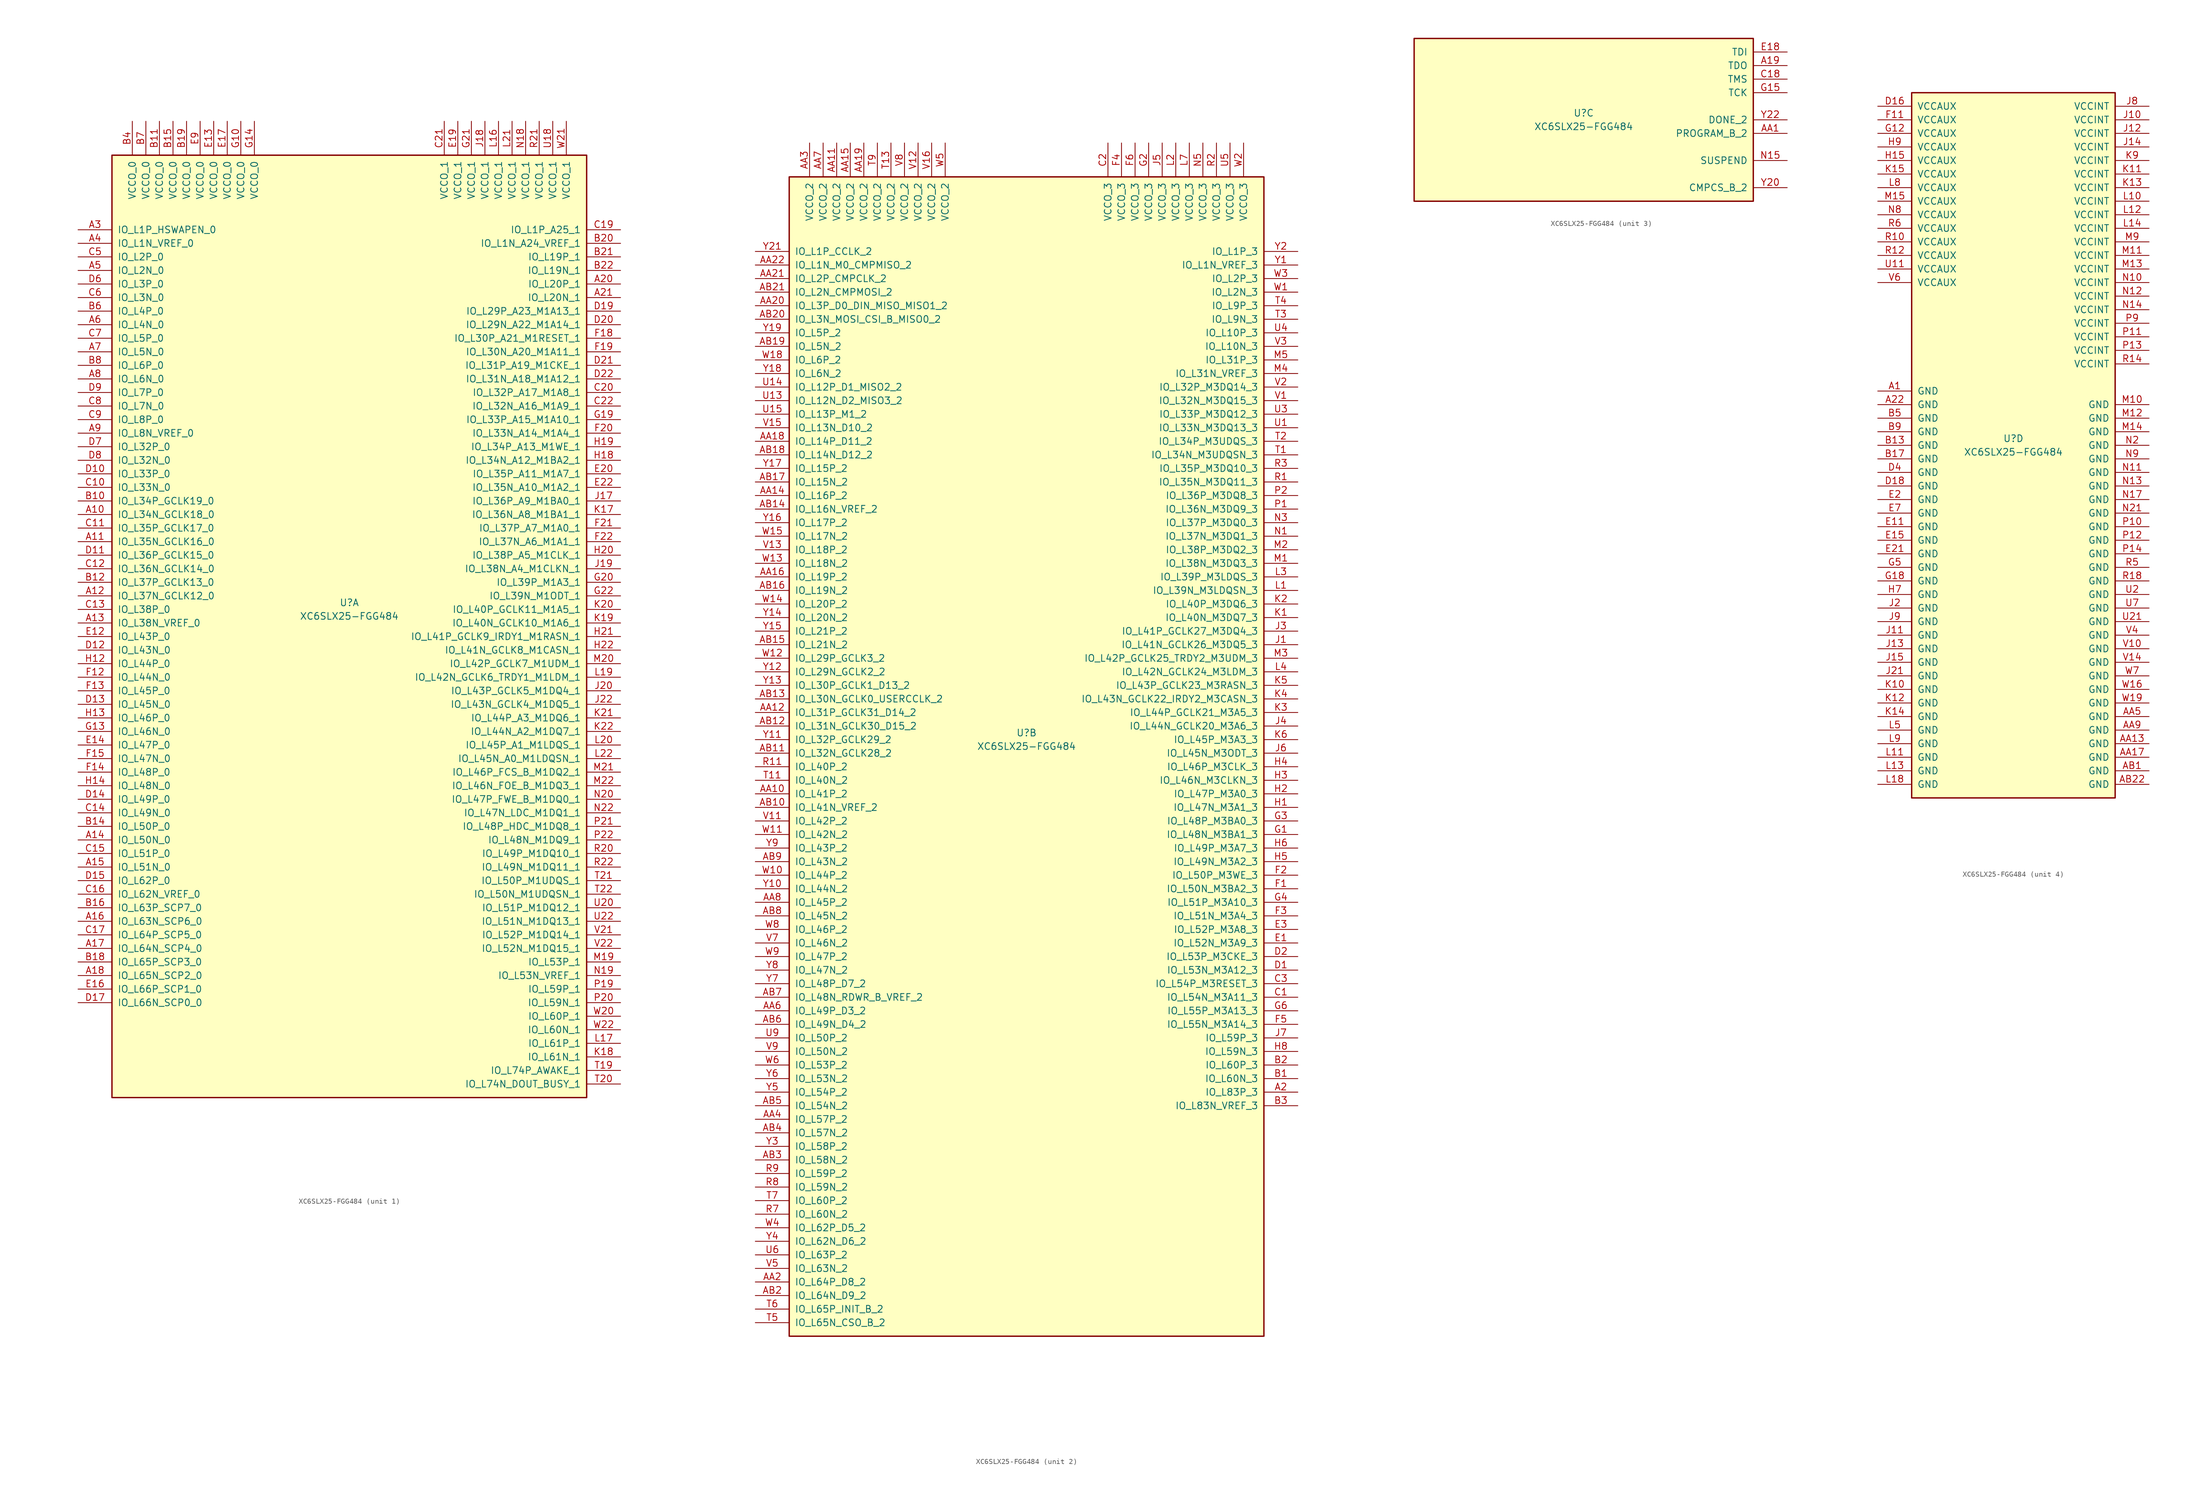
<source format=kicad_sym>
(kicad_symbol_lib
  (version 20201005)
  (generator kicad_symbol_editor)
  (symbol "XC6SLX25-FGG484"
    (pin_names
      (offset 1.016))
    (property "Reference" "U"
      (at 0 1.27 0)
      (effects (font (size 1.27 1.27))))
    (property "Value" "XC6SLX25-FGG484"
      (at 0 -1.27 0)
      (effects (font (size 1.27 1.27))))
    (property "Datasheet" ""
      (at 0 0 0)
      (effects (font (size 1.27 1.27))))
    (property "ki_locked" ""
      (at 0 0 0)
      (effects (font (size 1.27 1.27))))
    (symbol "XC6SLX25-FGG484_1_1"
      (rectangle (start -44.45 85.09) (end 44.45 -91.44) (stroke (width 0.254)) (fill (type background)))
      (pin bidirectional line (at -50.8 17.78 0) (length 6.35) (name "IO_L34N_GCLK18_0" (effects (font (size 1.27 1.27)))) (number "A10" (effects (font (size 1.27 1.27)))))
      (pin bidirectional line (at -50.8 12.7 0) (length 6.35) (name "IO_L35N_GCLK16_0" (effects (font (size 1.27 1.27)))) (number "A11" (effects (font (size 1.27 1.27)))))
      (pin bidirectional line (at -50.8 2.54 0) (length 6.35) (name "IO_L37N_GCLK12_0" (effects (font (size 1.27 1.27)))) (number "A12" (effects (font (size 1.27 1.27)))))
      (pin bidirectional line (at -50.8 -2.54 0) (length 6.35) (name "IO_L38N_VREF_0" (effects (font (size 1.27 1.27)))) (number "A13" (effects (font (size 1.27 1.27)))))
      (pin bidirectional line (at -50.8 -43.18 0) (length 6.35) (name "IO_L50N_0" (effects (font (size 1.27 1.27)))) (number "A14" (effects (font (size 1.27 1.27)))))
      (pin bidirectional line (at -50.8 -48.26 0) (length 6.35) (name "IO_L51N_0" (effects (font (size 1.27 1.27)))) (number "A15" (effects (font (size 1.27 1.27)))))
      (pin bidirectional line (at -50.8 -58.42 0) (length 6.35) (name "IO_L63N_SCP6_0" (effects (font (size 1.27 1.27)))) (number "A16" (effects (font (size 1.27 1.27)))))
      (pin bidirectional line (at -50.8 -63.5 0) (length 6.35) (name "IO_L64N_SCP4_0" (effects (font (size 1.27 1.27)))) (number "A17" (effects (font (size 1.27 1.27)))))
      (pin bidirectional line (at -50.8 -68.58 0) (length 6.35) (name "IO_L65N_SCP2_0" (effects (font (size 1.27 1.27)))) (number "A18" (effects (font (size 1.27 1.27)))))
      (pin bidirectional line (at 50.8 60.96 180) (length 6.35) (name "IO_L20P_1" (effects (font (size 1.27 1.27)))) (number "A20" (effects (font (size 1.27 1.27)))))
      (pin bidirectional line (at 50.8 58.42 180) (length 6.35) (name "IO_L20N_1" (effects (font (size 1.27 1.27)))) (number "A21" (effects (font (size 1.27 1.27)))))
      (pin bidirectional line (at -50.8 71.12 0) (length 6.35) (name "IO_L1P_HSWAPEN_0" (effects (font (size 1.27 1.27)))) (number "A3" (effects (font (size 1.27 1.27)))))
      (pin bidirectional line (at -50.8 68.58 0) (length 6.35) (name "IO_L1N_VREF_0" (effects (font (size 1.27 1.27)))) (number "A4" (effects (font (size 1.27 1.27)))))
      (pin bidirectional line (at -50.8 63.5 0) (length 6.35) (name "IO_L2N_0" (effects (font (size 1.27 1.27)))) (number "A5" (effects (font (size 1.27 1.27)))))
      (pin bidirectional line (at -50.8 53.34 0) (length 6.35) (name "IO_L4N_0" (effects (font (size 1.27 1.27)))) (number "A6" (effects (font (size 1.27 1.27)))))
      (pin bidirectional line (at -50.8 48.26 0) (length 6.35) (name "IO_L5N_0" (effects (font (size 1.27 1.27)))) (number "A7" (effects (font (size 1.27 1.27)))))
      (pin bidirectional line (at -50.8 43.18 0) (length 6.35) (name "IO_L6N_0" (effects (font (size 1.27 1.27)))) (number "A8" (effects (font (size 1.27 1.27)))))
      (pin bidirectional line (at -50.8 33.02 0) (length 6.35) (name "IO_L8N_VREF_0" (effects (font (size 1.27 1.27)))) (number "A9" (effects (font (size 1.27 1.27)))))
      (pin bidirectional line (at -50.8 20.32 0) (length 6.35) (name "IO_L34P_GCLK19_0" (effects (font (size 1.27 1.27)))) (number "B10" (effects (font (size 1.27 1.27)))))
      (pin power_in line (at -35.56 91.44 270) (length 6.35) (name "VCCO_0" (effects (font (size 1.27 1.27)))) (number "B11" (effects (font (size 1.27 1.27)))))
      (pin bidirectional line (at -50.8 5.08 0) (length 6.35) (name "IO_L37P_GCLK13_0" (effects (font (size 1.27 1.27)))) (number "B12" (effects (font (size 1.27 1.27)))))
      (pin bidirectional line (at -50.8 -40.64 0) (length 6.35) (name "IO_L50P_0" (effects (font (size 1.27 1.27)))) (number "B14" (effects (font (size 1.27 1.27)))))
      (pin power_in line (at -33.02 91.44 270) (length 6.35) (name "VCCO_0" (effects (font (size 1.27 1.27)))) (number "B15" (effects (font (size 1.27 1.27)))))
      (pin bidirectional line (at -50.8 -55.88 0) (length 6.35) (name "IO_L63P_SCP7_0" (effects (font (size 1.27 1.27)))) (number "B16" (effects (font (size 1.27 1.27)))))
      (pin bidirectional line (at -50.8 -66.04 0) (length 6.35) (name "IO_L65P_SCP3_0" (effects (font (size 1.27 1.27)))) (number "B18" (effects (font (size 1.27 1.27)))))
      (pin power_in line (at -30.48 91.44 270) (length 6.35) (name "VCCO_0" (effects (font (size 1.27 1.27)))) (number "B19" (effects (font (size 1.27 1.27)))))
      (pin bidirectional line (at 50.8 68.58 180) (length 6.35) (name "IO_L1N_A24_VREF_1" (effects (font (size 1.27 1.27)))) (number "B20" (effects (font (size 1.27 1.27)))))
      (pin bidirectional line (at 50.8 66.04 180) (length 6.35) (name "IO_L19P_1" (effects (font (size 1.27 1.27)))) (number "B21" (effects (font (size 1.27 1.27)))))
      (pin bidirectional line (at 50.8 63.5 180) (length 6.35) (name "IO_L19N_1" (effects (font (size 1.27 1.27)))) (number "B22" (effects (font (size 1.27 1.27)))))
      (pin power_in line (at -40.64 91.44 270) (length 6.35) (name "VCCO_0" (effects (font (size 1.27 1.27)))) (number "B4" (effects (font (size 1.27 1.27)))))
      (pin bidirectional line (at -50.8 55.88 0) (length 6.35) (name "IO_L4P_0" (effects (font (size 1.27 1.27)))) (number "B6" (effects (font (size 1.27 1.27)))))
      (pin power_in line (at -38.1 91.44 270) (length 6.35) (name "VCCO_0" (effects (font (size 1.27 1.27)))) (number "B7" (effects (font (size 1.27 1.27)))))
      (pin bidirectional line (at -50.8 45.72 0) (length 6.35) (name "IO_L6P_0" (effects (font (size 1.27 1.27)))) (number "B8" (effects (font (size 1.27 1.27)))))
      (pin bidirectional line (at -50.8 22.86 0) (length 6.35) (name "IO_L33N_0" (effects (font (size 1.27 1.27)))) (number "C10" (effects (font (size 1.27 1.27)))))
      (pin bidirectional line (at -50.8 15.24 0) (length 6.35) (name "IO_L35P_GCLK17_0" (effects (font (size 1.27 1.27)))) (number "C11" (effects (font (size 1.27 1.27)))))
      (pin bidirectional line (at -50.8 7.62 0) (length 6.35) (name "IO_L36N_GCLK14_0" (effects (font (size 1.27 1.27)))) (number "C12" (effects (font (size 1.27 1.27)))))
      (pin bidirectional line (at -50.8 0 0) (length 6.35) (name "IO_L38P_0" (effects (font (size 1.27 1.27)))) (number "C13" (effects (font (size 1.27 1.27)))))
      (pin bidirectional line (at -50.8 -38.1 0) (length 6.35) (name "IO_L49N_0" (effects (font (size 1.27 1.27)))) (number "C14" (effects (font (size 1.27 1.27)))))
      (pin bidirectional line (at -50.8 -45.72 0) (length 6.35) (name "IO_L51P_0" (effects (font (size 1.27 1.27)))) (number "C15" (effects (font (size 1.27 1.27)))))
      (pin bidirectional line (at -50.8 -53.34 0) (length 6.35) (name "IO_L62N_VREF_0" (effects (font (size 1.27 1.27)))) (number "C16" (effects (font (size 1.27 1.27)))))
      (pin bidirectional line (at -50.8 -60.96 0) (length 6.35) (name "IO_L64P_SCP5_0" (effects (font (size 1.27 1.27)))) (number "C17" (effects (font (size 1.27 1.27)))))
      (pin bidirectional line (at 50.8 71.12 180) (length 6.35) (name "IO_L1P_A25_1" (effects (font (size 1.27 1.27)))) (number "C19" (effects (font (size 1.27 1.27)))))
      (pin bidirectional line (at 50.8 40.64 180) (length 6.35) (name "IO_L32P_A17_M1A8_1" (effects (font (size 1.27 1.27)))) (number "C20" (effects (font (size 1.27 1.27)))))
      (pin power_in line (at 17.78 91.44 270) (length 6.35) (name "VCCO_1" (effects (font (size 1.27 1.27)))) (number "C21" (effects (font (size 1.27 1.27)))))
      (pin bidirectional line (at 50.8 38.1 180) (length 6.35) (name "IO_L32N_A16_M1A9_1" (effects (font (size 1.27 1.27)))) (number "C22" (effects (font (size 1.27 1.27)))))
      (pin bidirectional line (at -50.8 66.04 0) (length 6.35) (name "IO_L2P_0" (effects (font (size 1.27 1.27)))) (number "C5" (effects (font (size 1.27 1.27)))))
      (pin bidirectional line (at -50.8 58.42 0) (length 6.35) (name "IO_L3N_0" (effects (font (size 1.27 1.27)))) (number "C6" (effects (font (size 1.27 1.27)))))
      (pin bidirectional line (at -50.8 50.8 0) (length 6.35) (name "IO_L5P_0" (effects (font (size 1.27 1.27)))) (number "C7" (effects (font (size 1.27 1.27)))))
      (pin bidirectional line (at -50.8 38.1 0) (length 6.35) (name "IO_L7N_0" (effects (font (size 1.27 1.27)))) (number "C8" (effects (font (size 1.27 1.27)))))
      (pin bidirectional line (at -50.8 35.56 0) (length 6.35) (name "IO_L8P_0" (effects (font (size 1.27 1.27)))) (number "C9" (effects (font (size 1.27 1.27)))))
      (pin bidirectional line (at -50.8 25.4 0) (length 6.35) (name "IO_L33P_0" (effects (font (size 1.27 1.27)))) (number "D10" (effects (font (size 1.27 1.27)))))
      (pin bidirectional line (at -50.8 10.16 0) (length 6.35) (name "IO_L36P_GCLK15_0" (effects (font (size 1.27 1.27)))) (number "D11" (effects (font (size 1.27 1.27)))))
      (pin bidirectional line (at -50.8 -7.62 0) (length 6.35) (name "IO_L43N_0" (effects (font (size 1.27 1.27)))) (number "D12" (effects (font (size 1.27 1.27)))))
      (pin bidirectional line (at -50.8 -17.78 0) (length 6.35) (name "IO_L45N_0" (effects (font (size 1.27 1.27)))) (number "D13" (effects (font (size 1.27 1.27)))))
      (pin bidirectional line (at -50.8 -35.56 0) (length 6.35) (name "IO_L49P_0" (effects (font (size 1.27 1.27)))) (number "D14" (effects (font (size 1.27 1.27)))))
      (pin bidirectional line (at -50.8 -50.8 0) (length 6.35) (name "IO_L62P_0" (effects (font (size 1.27 1.27)))) (number "D15" (effects (font (size 1.27 1.27)))))
      (pin bidirectional line (at -50.8 -73.66 0) (length 6.35) (name "IO_L66N_SCP0_0" (effects (font (size 1.27 1.27)))) (number "D17" (effects (font (size 1.27 1.27)))))
      (pin bidirectional line (at 50.8 55.88 180) (length 6.35) (name "IO_L29P_A23_M1A13_1" (effects (font (size 1.27 1.27)))) (number "D19" (effects (font (size 1.27 1.27)))))
      (pin bidirectional line (at 50.8 53.34 180) (length 6.35) (name "IO_L29N_A22_M1A14_1" (effects (font (size 1.27 1.27)))) (number "D20" (effects (font (size 1.27 1.27)))))
      (pin bidirectional line (at 50.8 45.72 180) (length 6.35) (name "IO_L31P_A19_M1CKE_1" (effects (font (size 1.27 1.27)))) (number "D21" (effects (font (size 1.27 1.27)))))
      (pin bidirectional line (at 50.8 43.18 180) (length 6.35) (name "IO_L31N_A18_M1A12_1" (effects (font (size 1.27 1.27)))) (number "D22" (effects (font (size 1.27 1.27)))))
      (pin bidirectional line (at -50.8 60.96 0) (length 6.35) (name "IO_L3P_0" (effects (font (size 1.27 1.27)))) (number "D6" (effects (font (size 1.27 1.27)))))
      (pin bidirectional line (at -50.8 30.48 0) (length 6.35) (name "IO_L32P_0" (effects (font (size 1.27 1.27)))) (number "D7" (effects (font (size 1.27 1.27)))))
      (pin bidirectional line (at -50.8 27.94 0) (length 6.35) (name "IO_L32N_0" (effects (font (size 1.27 1.27)))) (number "D8" (effects (font (size 1.27 1.27)))))
      (pin bidirectional line (at -50.8 40.64 0) (length 6.35) (name "IO_L7P_0" (effects (font (size 1.27 1.27)))) (number "D9" (effects (font (size 1.27 1.27)))))
      (pin bidirectional line (at -50.8 -5.08 0) (length 6.35) (name "IO_L43P_0" (effects (font (size 1.27 1.27)))) (number "E12" (effects (font (size 1.27 1.27)))))
      (pin power_in line (at -25.4 91.44 270) (length 6.35) (name "VCCO_0" (effects (font (size 1.27 1.27)))) (number "E13" (effects (font (size 1.27 1.27)))))
      (pin bidirectional line (at -50.8 -25.4 0) (length 6.35) (name "IO_L47P_0" (effects (font (size 1.27 1.27)))) (number "E14" (effects (font (size 1.27 1.27)))))
      (pin bidirectional line (at -50.8 -71.12 0) (length 6.35) (name "IO_L66P_SCP1_0" (effects (font (size 1.27 1.27)))) (number "E16" (effects (font (size 1.27 1.27)))))
      (pin power_in line (at -22.86 91.44 270) (length 6.35) (name "VCCO_0" (effects (font (size 1.27 1.27)))) (number "E17" (effects (font (size 1.27 1.27)))))
      (pin power_in line (at 20.32 91.44 270) (length 6.35) (name "VCCO_1" (effects (font (size 1.27 1.27)))) (number "E19" (effects (font (size 1.27 1.27)))))
      (pin bidirectional line (at 50.8 25.4 180) (length 6.35) (name "IO_L35P_A11_M1A7_1" (effects (font (size 1.27 1.27)))) (number "E20" (effects (font (size 1.27 1.27)))))
      (pin bidirectional line (at 50.8 22.86 180) (length 6.35) (name "IO_L35N_A10_M1A2_1" (effects (font (size 1.27 1.27)))) (number "E22" (effects (font (size 1.27 1.27)))))
      (pin power_in line (at -27.94 91.44 270) (length 6.35) (name "VCCO_0" (effects (font (size 1.27 1.27)))) (number "E9" (effects (font (size 1.27 1.27)))))
      (pin bidirectional line (at -50.8 -12.7 0) (length 6.35) (name "IO_L44N_0" (effects (font (size 1.27 1.27)))) (number "F12" (effects (font (size 1.27 1.27)))))
      (pin bidirectional line (at -50.8 -15.24 0) (length 6.35) (name "IO_L45P_0" (effects (font (size 1.27 1.27)))) (number "F13" (effects (font (size 1.27 1.27)))))
      (pin bidirectional line (at -50.8 -30.48 0) (length 6.35) (name "IO_L48P_0" (effects (font (size 1.27 1.27)))) (number "F14" (effects (font (size 1.27 1.27)))))
      (pin bidirectional line (at -50.8 -27.94 0) (length 6.35) (name "IO_L47N_0" (effects (font (size 1.27 1.27)))) (number "F15" (effects (font (size 1.27 1.27)))))
      (pin bidirectional line (at 50.8 50.8 180) (length 6.35) (name "IO_L30P_A21_M1RESET_1" (effects (font (size 1.27 1.27)))) (number "F18" (effects (font (size 1.27 1.27)))))
      (pin bidirectional line (at 50.8 48.26 180) (length 6.35) (name "IO_L30N_A20_M1A11_1" (effects (font (size 1.27 1.27)))) (number "F19" (effects (font (size 1.27 1.27)))))
      (pin bidirectional line (at 50.8 33.02 180) (length 6.35) (name "IO_L33N_A14_M1A4_1" (effects (font (size 1.27 1.27)))) (number "F20" (effects (font (size 1.27 1.27)))))
      (pin bidirectional line (at 50.8 15.24 180) (length 6.35) (name "IO_L37P_A7_M1A0_1" (effects (font (size 1.27 1.27)))) (number "F21" (effects (font (size 1.27 1.27)))))
      (pin bidirectional line (at 50.8 12.7 180) (length 6.35) (name "IO_L37N_A6_M1A1_1" (effects (font (size 1.27 1.27)))) (number "F22" (effects (font (size 1.27 1.27)))))
      (pin power_in line (at -20.32 91.44 270) (length 6.35) (name "VCCO_0" (effects (font (size 1.27 1.27)))) (number "G10" (effects (font (size 1.27 1.27)))))
      (pin bidirectional line (at -50.8 -22.86 0) (length 6.35) (name "IO_L46N_0" (effects (font (size 1.27 1.27)))) (number "G13" (effects (font (size 1.27 1.27)))))
      (pin power_in line (at -17.78 91.44 270) (length 6.35) (name "VCCO_0" (effects (font (size 1.27 1.27)))) (number "G14" (effects (font (size 1.27 1.27)))))
      (pin bidirectional line (at 50.8 35.56 180) (length 6.35) (name "IO_L33P_A15_M1A10_1" (effects (font (size 1.27 1.27)))) (number "G19" (effects (font (size 1.27 1.27)))))
      (pin bidirectional line (at 50.8 5.08 180) (length 6.35) (name "IO_L39P_M1A3_1" (effects (font (size 1.27 1.27)))) (number "G20" (effects (font (size 1.27 1.27)))))
      (pin power_in line (at 22.86 91.44 270) (length 6.35) (name "VCCO_1" (effects (font (size 1.27 1.27)))) (number "G21" (effects (font (size 1.27 1.27)))))
      (pin bidirectional line (at 50.8 2.54 180) (length 6.35) (name "IO_L39N_M1ODT_1" (effects (font (size 1.27 1.27)))) (number "G22" (effects (font (size 1.27 1.27)))))
      (pin bidirectional line (at -50.8 -10.16 0) (length 6.35) (name "IO_L44P_0" (effects (font (size 1.27 1.27)))) (number "H12" (effects (font (size 1.27 1.27)))))
      (pin bidirectional line (at -50.8 -20.32 0) (length 6.35) (name "IO_L46P_0" (effects (font (size 1.27 1.27)))) (number "H13" (effects (font (size 1.27 1.27)))))
      (pin bidirectional line (at -50.8 -33.02 0) (length 6.35) (name "IO_L48N_0" (effects (font (size 1.27 1.27)))) (number "H14" (effects (font (size 1.27 1.27)))))
      (pin bidirectional line (at 50.8 27.94 180) (length 6.35) (name "IO_L34N_A12_M1BA2_1" (effects (font (size 1.27 1.27)))) (number "H18" (effects (font (size 1.27 1.27)))))
      (pin bidirectional line (at 50.8 30.48 180) (length 6.35) (name "IO_L34P_A13_M1WE_1" (effects (font (size 1.27 1.27)))) (number "H19" (effects (font (size 1.27 1.27)))))
      (pin bidirectional line (at 50.8 10.16 180) (length 6.35) (name "IO_L38P_A5_M1CLK_1" (effects (font (size 1.27 1.27)))) (number "H20" (effects (font (size 1.27 1.27)))))
      (pin bidirectional line (at 50.8 -5.08 180) (length 6.35) (name "IO_L41P_GCLK9_IRDY1_M1RASN_1" (effects (font (size 1.27 1.27)))) (number "H21" (effects (font (size 1.27 1.27)))))
      (pin bidirectional line (at 50.8 -7.62 180) (length 6.35) (name "IO_L41N_GCLK8_M1CASN_1" (effects (font (size 1.27 1.27)))) (number "H22" (effects (font (size 1.27 1.27)))))
      (pin bidirectional line (at 50.8 20.32 180) (length 6.35) (name "IO_L36P_A9_M1BA0_1" (effects (font (size 1.27 1.27)))) (number "J17" (effects (font (size 1.27 1.27)))))
      (pin power_in line (at 25.4 91.44 270) (length 6.35) (name "VCCO_1" (effects (font (size 1.27 1.27)))) (number "J18" (effects (font (size 1.27 1.27)))))
      (pin bidirectional line (at 50.8 7.62 180) (length 6.35) (name "IO_L38N_A4_M1CLKN_1" (effects (font (size 1.27 1.27)))) (number "J19" (effects (font (size 1.27 1.27)))))
      (pin bidirectional line (at 50.8 -15.24 180) (length 6.35) (name "IO_L43P_GCLK5_M1DQ4_1" (effects (font (size 1.27 1.27)))) (number "J20" (effects (font (size 1.27 1.27)))))
      (pin bidirectional line (at 50.8 -17.78 180) (length 6.35) (name "IO_L43N_GCLK4_M1DQ5_1" (effects (font (size 1.27 1.27)))) (number "J22" (effects (font (size 1.27 1.27)))))
      (pin bidirectional line (at 50.8 17.78 180) (length 6.35) (name "IO_L36N_A8_M1BA1_1" (effects (font (size 1.27 1.27)))) (number "K17" (effects (font (size 1.27 1.27)))))
      (pin bidirectional line (at 50.8 -83.82 180) (length 6.35) (name "IO_L61N_1" (effects (font (size 1.27 1.27)))) (number "K18" (effects (font (size 1.27 1.27)))))
      (pin bidirectional line (at 50.8 -2.54 180) (length 6.35) (name "IO_L40N_GCLK10_M1A6_1" (effects (font (size 1.27 1.27)))) (number "K19" (effects (font (size 1.27 1.27)))))
      (pin bidirectional line (at 50.8 0 180) (length 6.35) (name "IO_L40P_GCLK11_M1A5_1" (effects (font (size 1.27 1.27)))) (number "K20" (effects (font (size 1.27 1.27)))))
      (pin bidirectional line (at 50.8 -20.32 180) (length 6.35) (name "IO_L44P_A3_M1DQ6_1" (effects (font (size 1.27 1.27)))) (number "K21" (effects (font (size 1.27 1.27)))))
      (pin bidirectional line (at 50.8 -22.86 180) (length 6.35) (name "IO_L44N_A2_M1DQ7_1" (effects (font (size 1.27 1.27)))) (number "K22" (effects (font (size 1.27 1.27)))))
      (pin power_in line (at 27.94 91.44 270) (length 6.35) (name "VCCO_1" (effects (font (size 1.27 1.27)))) (number "L16" (effects (font (size 1.27 1.27)))))
      (pin bidirectional line (at 50.8 -81.28 180) (length 6.35) (name "IO_L61P_1" (effects (font (size 1.27 1.27)))) (number "L17" (effects (font (size 1.27 1.27)))))
      (pin bidirectional line (at 50.8 -12.7 180) (length 6.35) (name "IO_L42N_GCLK6_TRDY1_M1LDM_1" (effects (font (size 1.27 1.27)))) (number "L19" (effects (font (size 1.27 1.27)))))
      (pin bidirectional line (at 50.8 -25.4 180) (length 6.35) (name "IO_L45P_A1_M1LDQS_1" (effects (font (size 1.27 1.27)))) (number "L20" (effects (font (size 1.27 1.27)))))
      (pin power_in line (at 30.48 91.44 270) (length 6.35) (name "VCCO_1" (effects (font (size 1.27 1.27)))) (number "L21" (effects (font (size 1.27 1.27)))))
      (pin bidirectional line (at 50.8 -27.94 180) (length 6.35) (name "IO_L45N_A0_M1LDQSN_1" (effects (font (size 1.27 1.27)))) (number "L22" (effects (font (size 1.27 1.27)))))
      (pin bidirectional line (at 50.8 -66.04 180) (length 6.35) (name "IO_L53P_1" (effects (font (size 1.27 1.27)))) (number "M19" (effects (font (size 1.27 1.27)))))
      (pin bidirectional line (at 50.8 -10.16 180) (length 6.35) (name "IO_L42P_GCLK7_M1UDM_1" (effects (font (size 1.27 1.27)))) (number "M20" (effects (font (size 1.27 1.27)))))
      (pin bidirectional line (at 50.8 -30.48 180) (length 6.35) (name "IO_L46P_FCS_B_M1DQ2_1" (effects (font (size 1.27 1.27)))) (number "M21" (effects (font (size 1.27 1.27)))))
      (pin bidirectional line (at 50.8 -33.02 180) (length 6.35) (name "IO_L46N_FOE_B_M1DQ3_1" (effects (font (size 1.27 1.27)))) (number "M22" (effects (font (size 1.27 1.27)))))
      (pin power_in line (at 33.02 91.44 270) (length 6.35) (name "VCCO_1" (effects (font (size 1.27 1.27)))) (number "N18" (effects (font (size 1.27 1.27)))))
      (pin bidirectional line (at 50.8 -68.58 180) (length 6.35) (name "IO_L53N_VREF_1" (effects (font (size 1.27 1.27)))) (number "N19" (effects (font (size 1.27 1.27)))))
      (pin bidirectional line (at 50.8 -35.56 180) (length 6.35) (name "IO_L47P_FWE_B_M1DQ0_1" (effects (font (size 1.27 1.27)))) (number "N20" (effects (font (size 1.27 1.27)))))
      (pin bidirectional line (at 50.8 -38.1 180) (length 6.35) (name "IO_L47N_LDC_M1DQ1_1" (effects (font (size 1.27 1.27)))) (number "N22" (effects (font (size 1.27 1.27)))))
      (pin bidirectional line (at 50.8 -71.12 180) (length 6.35) (name "IO_L59P_1" (effects (font (size 1.27 1.27)))) (number "P19" (effects (font (size 1.27 1.27)))))
      (pin bidirectional line (at 50.8 -73.66 180) (length 6.35) (name "IO_L59N_1" (effects (font (size 1.27 1.27)))) (number "P20" (effects (font (size 1.27 1.27)))))
      (pin bidirectional line (at 50.8 -40.64 180) (length 6.35) (name "IO_L48P_HDC_M1DQ8_1" (effects (font (size 1.27 1.27)))) (number "P21" (effects (font (size 1.27 1.27)))))
      (pin bidirectional line (at 50.8 -43.18 180) (length 6.35) (name "IO_L48N_M1DQ9_1" (effects (font (size 1.27 1.27)))) (number "P22" (effects (font (size 1.27 1.27)))))
      (pin bidirectional line (at 50.8 -45.72 180) (length 6.35) (name "IO_L49P_M1DQ10_1" (effects (font (size 1.27 1.27)))) (number "R20" (effects (font (size 1.27 1.27)))))
      (pin power_in line (at 35.56 91.44 270) (length 6.35) (name "VCCO_1" (effects (font (size 1.27 1.27)))) (number "R21" (effects (font (size 1.27 1.27)))))
      (pin bidirectional line (at 50.8 -48.26 180) (length 6.35) (name "IO_L49N_M1DQ11_1" (effects (font (size 1.27 1.27)))) (number "R22" (effects (font (size 1.27 1.27)))))
      (pin bidirectional line (at 50.8 -86.36 180) (length 6.35) (name "IO_L74P_AWAKE_1" (effects (font (size 1.27 1.27)))) (number "T19" (effects (font (size 1.27 1.27)))))
      (pin bidirectional line (at 50.8 -88.9 180) (length 6.35) (name "IO_L74N_DOUT_BUSY_1" (effects (font (size 1.27 1.27)))) (number "T20" (effects (font (size 1.27 1.27)))))
      (pin bidirectional line (at 50.8 -50.8 180) (length 6.35) (name "IO_L50P_M1UDQS_1" (effects (font (size 1.27 1.27)))) (number "T21" (effects (font (size 1.27 1.27)))))
      (pin bidirectional line (at 50.8 -53.34 180) (length 6.35) (name "IO_L50N_M1UDQSN_1" (effects (font (size 1.27 1.27)))) (number "T22" (effects (font (size 1.27 1.27)))))
      (pin power_in line (at 38.1 91.44 270) (length 6.35) (name "VCCO_1" (effects (font (size 1.27 1.27)))) (number "U18" (effects (font (size 1.27 1.27)))))
      (pin bidirectional line (at 50.8 -55.88 180) (length 6.35) (name "IO_L51P_M1DQ12_1" (effects (font (size 1.27 1.27)))) (number "U20" (effects (font (size 1.27 1.27)))))
      (pin bidirectional line (at 50.8 -58.42 180) (length 6.35) (name "IO_L51N_M1DQ13_1" (effects (font (size 1.27 1.27)))) (number "U22" (effects (font (size 1.27 1.27)))))
      (pin bidirectional line (at 50.8 -60.96 180) (length 6.35) (name "IO_L52P_M1DQ14_1" (effects (font (size 1.27 1.27)))) (number "V21" (effects (font (size 1.27 1.27)))))
      (pin bidirectional line (at 50.8 -63.5 180) (length 6.35) (name "IO_L52N_M1DQ15_1" (effects (font (size 1.27 1.27)))) (number "V22" (effects (font (size 1.27 1.27)))))
      (pin bidirectional line (at 50.8 -76.2 180) (length 6.35) (name "IO_L60P_1" (effects (font (size 1.27 1.27)))) (number "W20" (effects (font (size 1.27 1.27)))))
      (pin power_in line (at 40.64 91.44 270) (length 6.35) (name "VCCO_1" (effects (font (size 1.27 1.27)))) (number "W21" (effects (font (size 1.27 1.27)))))
      (pin bidirectional line (at 50.8 -78.74 180) (length 6.35) (name "IO_L60N_1" (effects (font (size 1.27 1.27)))) (number "W22" (effects (font (size 1.27 1.27))))))
    (symbol "XC6SLX25-FGG484_2_1"
      (rectangle (start -44.45 105.41) (end 44.45 -111.76) (stroke (width 0.254)) (fill (type background)))
      (pin bidirectional line (at 50.8 -66.04 180) (length 6.35) (name "IO_L83P_3" (effects (font (size 1.27 1.27)))) (number "A2" (effects (font (size 1.27 1.27)))))
      (pin bidirectional line (at -50.8 -10.16 0) (length 6.35) (name "IO_L41P_2" (effects (font (size 1.27 1.27)))) (number "AA10" (effects (font (size 1.27 1.27)))))
      (pin power_in line (at -35.56 111.76 270) (length 6.35) (name "VCCO_2" (effects (font (size 1.27 1.27)))) (number "AA11" (effects (font (size 1.27 1.27)))))
      (pin bidirectional line (at -50.8 5.08 0) (length 6.35) (name "IO_L31P_GCLK31_D14_2" (effects (font (size 1.27 1.27)))) (number "AA12" (effects (font (size 1.27 1.27)))))
      (pin bidirectional line (at -50.8 45.72 0) (length 6.35) (name "IO_L16P_2" (effects (font (size 1.27 1.27)))) (number "AA14" (effects (font (size 1.27 1.27)))))
      (pin power_in line (at -33.02 111.76 270) (length 6.35) (name "VCCO_2" (effects (font (size 1.27 1.27)))) (number "AA15" (effects (font (size 1.27 1.27)))))
      (pin bidirectional line (at -50.8 30.48 0) (length 6.35) (name "IO_L19P_2" (effects (font (size 1.27 1.27)))) (number "AA16" (effects (font (size 1.27 1.27)))))
      (pin bidirectional line (at -50.8 55.88 0) (length 6.35) (name "IO_L14P_D11_2" (effects (font (size 1.27 1.27)))) (number "AA18" (effects (font (size 1.27 1.27)))))
      (pin power_in line (at -30.48 111.76 270) (length 6.35) (name "VCCO_2" (effects (font (size 1.27 1.27)))) (number "AA19" (effects (font (size 1.27 1.27)))))
      (pin bidirectional line (at -50.8 -101.6 0) (length 6.35) (name "IO_L64P_D8_2" (effects (font (size 1.27 1.27)))) (number "AA2" (effects (font (size 1.27 1.27)))))
      (pin bidirectional line (at -50.8 81.28 0) (length 6.35) (name "IO_L3P_D0_DIN_MISO_MISO1_2" (effects (font (size 1.27 1.27)))) (number "AA20" (effects (font (size 1.27 1.27)))))
      (pin bidirectional line (at -50.8 86.36 0) (length 6.35) (name "IO_L2P_CMPCLK_2" (effects (font (size 1.27 1.27)))) (number "AA21" (effects (font (size 1.27 1.27)))))
      (pin bidirectional line (at -50.8 88.9 0) (length 6.35) (name "IO_L1N_M0_CMPMISO_2" (effects (font (size 1.27 1.27)))) (number "AA22" (effects (font (size 1.27 1.27)))))
      (pin power_in line (at -40.64 111.76 270) (length 6.35) (name "VCCO_2" (effects (font (size 1.27 1.27)))) (number "AA3" (effects (font (size 1.27 1.27)))))
      (pin bidirectional line (at -50.8 -71.12 0) (length 6.35) (name "IO_L57P_2" (effects (font (size 1.27 1.27)))) (number "AA4" (effects (font (size 1.27 1.27)))))
      (pin bidirectional line (at -50.8 -50.8 0) (length 6.35) (name "IO_L49P_D3_2" (effects (font (size 1.27 1.27)))) (number "AA6" (effects (font (size 1.27 1.27)))))
      (pin power_in line (at -38.1 111.76 270) (length 6.35) (name "VCCO_2" (effects (font (size 1.27 1.27)))) (number "AA7" (effects (font (size 1.27 1.27)))))
      (pin bidirectional line (at -50.8 -30.48 0) (length 6.35) (name "IO_L45P_2" (effects (font (size 1.27 1.27)))) (number "AA8" (effects (font (size 1.27 1.27)))))
      (pin bidirectional line (at -50.8 -12.7 0) (length 6.35) (name "IO_L41N_VREF_2" (effects (font (size 1.27 1.27)))) (number "AB10" (effects (font (size 1.27 1.27)))))
      (pin bidirectional line (at -50.8 -2.54 0) (length 6.35) (name "IO_L32N_GCLK28_2" (effects (font (size 1.27 1.27)))) (number "AB11" (effects (font (size 1.27 1.27)))))
      (pin bidirectional line (at -50.8 2.54 0) (length 6.35) (name "IO_L31N_GCLK30_D15_2" (effects (font (size 1.27 1.27)))) (number "AB12" (effects (font (size 1.27 1.27)))))
      (pin bidirectional line (at -50.8 7.62 0) (length 6.35) (name "IO_L30N_GCLK0_USERCCLK_2" (effects (font (size 1.27 1.27)))) (number "AB13" (effects (font (size 1.27 1.27)))))
      (pin bidirectional line (at -50.8 43.18 0) (length 6.35) (name "IO_L16N_VREF_2" (effects (font (size 1.27 1.27)))) (number "AB14" (effects (font (size 1.27 1.27)))))
      (pin bidirectional line (at -50.8 17.78 0) (length 6.35) (name "IO_L21N_2" (effects (font (size 1.27 1.27)))) (number "AB15" (effects (font (size 1.27 1.27)))))
      (pin bidirectional line (at -50.8 27.94 0) (length 6.35) (name "IO_L19N_2" (effects (font (size 1.27 1.27)))) (number "AB16" (effects (font (size 1.27 1.27)))))
      (pin bidirectional line (at -50.8 48.26 0) (length 6.35) (name "IO_L15N_2" (effects (font (size 1.27 1.27)))) (number "AB17" (effects (font (size 1.27 1.27)))))
      (pin bidirectional line (at -50.8 53.34 0) (length 6.35) (name "IO_L14N_D12_2" (effects (font (size 1.27 1.27)))) (number "AB18" (effects (font (size 1.27 1.27)))))
      (pin bidirectional line (at -50.8 73.66 0) (length 6.35) (name "IO_L5N_2" (effects (font (size 1.27 1.27)))) (number "AB19" (effects (font (size 1.27 1.27)))))
      (pin bidirectional line (at -50.8 -104.14 0) (length 6.35) (name "IO_L64N_D9_2" (effects (font (size 1.27 1.27)))) (number "AB2" (effects (font (size 1.27 1.27)))))
      (pin bidirectional line (at -50.8 78.74 0) (length 6.35) (name "IO_L3N_MOSI_CSI_B_MISO0_2" (effects (font (size 1.27 1.27)))) (number "AB20" (effects (font (size 1.27 1.27)))))
      (pin bidirectional line (at -50.8 83.82 0) (length 6.35) (name "IO_L2N_CMPMOSI_2" (effects (font (size 1.27 1.27)))) (number "AB21" (effects (font (size 1.27 1.27)))))
      (pin bidirectional line (at -50.8 -78.74 0) (length 6.35) (name "IO_L58N_2" (effects (font (size 1.27 1.27)))) (number "AB3" (effects (font (size 1.27 1.27)))))
      (pin bidirectional line (at -50.8 -73.66 0) (length 6.35) (name "IO_L57N_2" (effects (font (size 1.27 1.27)))) (number "AB4" (effects (font (size 1.27 1.27)))))
      (pin bidirectional line (at -50.8 -68.58 0) (length 6.35) (name "IO_L54N_2" (effects (font (size 1.27 1.27)))) (number "AB5" (effects (font (size 1.27 1.27)))))
      (pin bidirectional line (at -50.8 -53.34 0) (length 6.35) (name "IO_L49N_D4_2" (effects (font (size 1.27 1.27)))) (number "AB6" (effects (font (size 1.27 1.27)))))
      (pin bidirectional line (at -50.8 -48.26 0) (length 6.35) (name "IO_L48N_RDWR_B_VREF_2" (effects (font (size 1.27 1.27)))) (number "AB7" (effects (font (size 1.27 1.27)))))
      (pin bidirectional line (at -50.8 -33.02 0) (length 6.35) (name "IO_L45N_2" (effects (font (size 1.27 1.27)))) (number "AB8" (effects (font (size 1.27 1.27)))))
      (pin bidirectional line (at -50.8 -22.86 0) (length 6.35) (name "IO_L43N_2" (effects (font (size 1.27 1.27)))) (number "AB9" (effects (font (size 1.27 1.27)))))
      (pin bidirectional line (at 50.8 -63.5 180) (length 6.35) (name "IO_L60N_3" (effects (font (size 1.27 1.27)))) (number "B1" (effects (font (size 1.27 1.27)))))
      (pin bidirectional line (at 50.8 -60.96 180) (length 6.35) (name "IO_L60P_3" (effects (font (size 1.27 1.27)))) (number "B2" (effects (font (size 1.27 1.27)))))
      (pin bidirectional line (at 50.8 -68.58 180) (length 6.35) (name "IO_L83N_VREF_3" (effects (font (size 1.27 1.27)))) (number "B3" (effects (font (size 1.27 1.27)))))
      (pin bidirectional line (at 50.8 -48.26 180) (length 6.35) (name "IO_L54N_M3A11_3" (effects (font (size 1.27 1.27)))) (number "C1" (effects (font (size 1.27 1.27)))))
      (pin power_in line (at 15.24 111.76 270) (length 6.35) (name "VCCO_3" (effects (font (size 1.27 1.27)))) (number "C2" (effects (font (size 1.27 1.27)))))
      (pin bidirectional line (at 50.8 -45.72 180) (length 6.35) (name "IO_L54P_M3RESET_3" (effects (font (size 1.27 1.27)))) (number "C3" (effects (font (size 1.27 1.27)))))
      (pin bidirectional line (at 50.8 -43.18 180) (length 6.35) (name "IO_L53N_M3A12_3" (effects (font (size 1.27 1.27)))) (number "D1" (effects (font (size 1.27 1.27)))))
      (pin bidirectional line (at 50.8 -40.64 180) (length 6.35) (name "IO_L53P_M3CKE_3" (effects (font (size 1.27 1.27)))) (number "D2" (effects (font (size 1.27 1.27)))))
      (pin bidirectional line (at 50.8 -38.1 180) (length 6.35) (name "IO_L52N_M3A9_3" (effects (font (size 1.27 1.27)))) (number "E1" (effects (font (size 1.27 1.27)))))
      (pin bidirectional line (at 50.8 -35.56 180) (length 6.35) (name "IO_L52P_M3A8_3" (effects (font (size 1.27 1.27)))) (number "E3" (effects (font (size 1.27 1.27)))))
      (pin bidirectional line (at 50.8 -27.94 180) (length 6.35) (name "IO_L50N_M3BA2_3" (effects (font (size 1.27 1.27)))) (number "F1" (effects (font (size 1.27 1.27)))))
      (pin bidirectional line (at 50.8 -25.4 180) (length 6.35) (name "IO_L50P_M3WE_3" (effects (font (size 1.27 1.27)))) (number "F2" (effects (font (size 1.27 1.27)))))
      (pin bidirectional line (at 50.8 -33.02 180) (length 6.35) (name "IO_L51N_M3A4_3" (effects (font (size 1.27 1.27)))) (number "F3" (effects (font (size 1.27 1.27)))))
      (pin power_in line (at 17.78 111.76 270) (length 6.35) (name "VCCO_3" (effects (font (size 1.27 1.27)))) (number "F4" (effects (font (size 1.27 1.27)))))
      (pin bidirectional line (at 50.8 -53.34 180) (length 6.35) (name "IO_L55N_M3A14_3" (effects (font (size 1.27 1.27)))) (number "F5" (effects (font (size 1.27 1.27)))))
      (pin power_in line (at 20.32 111.76 270) (length 6.35) (name "VCCO_3" (effects (font (size 1.27 1.27)))) (number "F6" (effects (font (size 1.27 1.27)))))
      (pin bidirectional line (at 50.8 -17.78 180) (length 6.35) (name "IO_L48N_M3BA1_3" (effects (font (size 1.27 1.27)))) (number "G1" (effects (font (size 1.27 1.27)))))
      (pin power_in line (at 22.86 111.76 270) (length 6.35) (name "VCCO_3" (effects (font (size 1.27 1.27)))) (number "G2" (effects (font (size 1.27 1.27)))))
      (pin bidirectional line (at 50.8 -15.24 180) (length 6.35) (name "IO_L48P_M3BA0_3" (effects (font (size 1.27 1.27)))) (number "G3" (effects (font (size 1.27 1.27)))))
      (pin bidirectional line (at 50.8 -30.48 180) (length 6.35) (name "IO_L51P_M3A10_3" (effects (font (size 1.27 1.27)))) (number "G4" (effects (font (size 1.27 1.27)))))
      (pin bidirectional line (at 50.8 -50.8 180) (length 6.35) (name "IO_L55P_M3A13_3" (effects (font (size 1.27 1.27)))) (number "G6" (effects (font (size 1.27 1.27)))))
      (pin bidirectional line (at 50.8 -12.7 180) (length 6.35) (name "IO_L47N_M3A1_3" (effects (font (size 1.27 1.27)))) (number "H1" (effects (font (size 1.27 1.27)))))
      (pin bidirectional line (at 50.8 -10.16 180) (length 6.35) (name "IO_L47P_M3A0_3" (effects (font (size 1.27 1.27)))) (number "H2" (effects (font (size 1.27 1.27)))))
      (pin bidirectional line (at 50.8 -7.62 180) (length 6.35) (name "IO_L46N_M3CLKN_3" (effects (font (size 1.27 1.27)))) (number "H3" (effects (font (size 1.27 1.27)))))
      (pin bidirectional line (at 50.8 -5.08 180) (length 6.35) (name "IO_L46P_M3CLK_3" (effects (font (size 1.27 1.27)))) (number "H4" (effects (font (size 1.27 1.27)))))
      (pin bidirectional line (at 50.8 -22.86 180) (length 6.35) (name "IO_L49N_M3A2_3" (effects (font (size 1.27 1.27)))) (number "H5" (effects (font (size 1.27 1.27)))))
      (pin bidirectional line (at 50.8 -20.32 180) (length 6.35) (name "IO_L49P_M3A7_3" (effects (font (size 1.27 1.27)))) (number "H6" (effects (font (size 1.27 1.27)))))
      (pin bidirectional line (at 50.8 -58.42 180) (length 6.35) (name "IO_L59N_3" (effects (font (size 1.27 1.27)))) (number "H8" (effects (font (size 1.27 1.27)))))
      (pin bidirectional line (at 50.8 17.78 180) (length 6.35) (name "IO_L41N_GCLK26_M3DQ5_3" (effects (font (size 1.27 1.27)))) (number "J1" (effects (font (size 1.27 1.27)))))
      (pin bidirectional line (at 50.8 20.32 180) (length 6.35) (name "IO_L41P_GCLK27_M3DQ4_3" (effects (font (size 1.27 1.27)))) (number "J3" (effects (font (size 1.27 1.27)))))
      (pin bidirectional line (at 50.8 2.54 180) (length 6.35) (name "IO_L44N_GCLK20_M3A6_3" (effects (font (size 1.27 1.27)))) (number "J4" (effects (font (size 1.27 1.27)))))
      (pin power_in line (at 25.4 111.76 270) (length 6.35) (name "VCCO_3" (effects (font (size 1.27 1.27)))) (number "J5" (effects (font (size 1.27 1.27)))))
      (pin bidirectional line (at 50.8 -2.54 180) (length 6.35) (name "IO_L45N_M3ODT_3" (effects (font (size 1.27 1.27)))) (number "J6" (effects (font (size 1.27 1.27)))))
      (pin bidirectional line (at 50.8 -55.88 180) (length 6.35) (name "IO_L59P_3" (effects (font (size 1.27 1.27)))) (number "J7" (effects (font (size 1.27 1.27)))))
      (pin bidirectional line (at 50.8 22.86 180) (length 6.35) (name "IO_L40N_M3DQ7_3" (effects (font (size 1.27 1.27)))) (number "K1" (effects (font (size 1.27 1.27)))))
      (pin bidirectional line (at 50.8 25.4 180) (length 6.35) (name "IO_L40P_M3DQ6_3" (effects (font (size 1.27 1.27)))) (number "K2" (effects (font (size 1.27 1.27)))))
      (pin bidirectional line (at 50.8 5.08 180) (length 6.35) (name "IO_L44P_GCLK21_M3A5_3" (effects (font (size 1.27 1.27)))) (number "K3" (effects (font (size 1.27 1.27)))))
      (pin bidirectional line (at 50.8 7.62 180) (length 6.35) (name "IO_L43N_GCLK22_IRDY2_M3CASN_3" (effects (font (size 1.27 1.27)))) (number "K4" (effects (font (size 1.27 1.27)))))
      (pin bidirectional line (at 50.8 10.16 180) (length 6.35) (name "IO_L43P_GCLK23_M3RASN_3" (effects (font (size 1.27 1.27)))) (number "K5" (effects (font (size 1.27 1.27)))))
      (pin bidirectional line (at 50.8 0 180) (length 6.35) (name "IO_L45P_M3A3_3" (effects (font (size 1.27 1.27)))) (number "K6" (effects (font (size 1.27 1.27)))))
      (pin bidirectional line (at 50.8 27.94 180) (length 6.35) (name "IO_L39N_M3LDQSN_3" (effects (font (size 1.27 1.27)))) (number "L1" (effects (font (size 1.27 1.27)))))
      (pin power_in line (at 27.94 111.76 270) (length 6.35) (name "VCCO_3" (effects (font (size 1.27 1.27)))) (number "L2" (effects (font (size 1.27 1.27)))))
      (pin bidirectional line (at 50.8 30.48 180) (length 6.35) (name "IO_L39P_M3LDQS_3" (effects (font (size 1.27 1.27)))) (number "L3" (effects (font (size 1.27 1.27)))))
      (pin bidirectional line (at 50.8 12.7 180) (length 6.35) (name "IO_L42N_GCLK24_M3LDM_3" (effects (font (size 1.27 1.27)))) (number "L4" (effects (font (size 1.27 1.27)))))
      (pin power_in line (at 30.48 111.76 270) (length 6.35) (name "VCCO_3" (effects (font (size 1.27 1.27)))) (number "L7" (effects (font (size 1.27 1.27)))))
      (pin bidirectional line (at 50.8 33.02 180) (length 6.35) (name "IO_L38N_M3DQ3_3" (effects (font (size 1.27 1.27)))) (number "M1" (effects (font (size 1.27 1.27)))))
      (pin bidirectional line (at 50.8 35.56 180) (length 6.35) (name "IO_L38P_M3DQ2_3" (effects (font (size 1.27 1.27)))) (number "M2" (effects (font (size 1.27 1.27)))))
      (pin bidirectional line (at 50.8 15.24 180) (length 6.35) (name "IO_L42P_GCLK25_TRDY2_M3UDM_3" (effects (font (size 1.27 1.27)))) (number "M3" (effects (font (size 1.27 1.27)))))
      (pin bidirectional line (at 50.8 68.58 180) (length 6.35) (name "IO_L31N_VREF_3" (effects (font (size 1.27 1.27)))) (number "M4" (effects (font (size 1.27 1.27)))))
      (pin bidirectional line (at 50.8 71.12 180) (length 6.35) (name "IO_L31P_3" (effects (font (size 1.27 1.27)))) (number "M5" (effects (font (size 1.27 1.27)))))
      (pin bidirectional line (at 50.8 38.1 180) (length 6.35) (name "IO_L37N_M3DQ1_3" (effects (font (size 1.27 1.27)))) (number "N1" (effects (font (size 1.27 1.27)))))
      (pin bidirectional line (at 50.8 40.64 180) (length 6.35) (name "IO_L37P_M3DQ0_3" (effects (font (size 1.27 1.27)))) (number "N3" (effects (font (size 1.27 1.27)))))
      (pin power_in line (at 33.02 111.76 270) (length 6.35) (name "VCCO_3" (effects (font (size 1.27 1.27)))) (number "N5" (effects (font (size 1.27 1.27)))))
      (pin bidirectional line (at 50.8 43.18 180) (length 6.35) (name "IO_L36N_M3DQ9_3" (effects (font (size 1.27 1.27)))) (number "P1" (effects (font (size 1.27 1.27)))))
      (pin bidirectional line (at 50.8 45.72 180) (length 6.35) (name "IO_L36P_M3DQ8_3" (effects (font (size 1.27 1.27)))) (number "P2" (effects (font (size 1.27 1.27)))))
      (pin bidirectional line (at 50.8 48.26 180) (length 6.35) (name "IO_L35N_M3DQ11_3" (effects (font (size 1.27 1.27)))) (number "R1" (effects (font (size 1.27 1.27)))))
      (pin bidirectional line (at -50.8 -5.08 0) (length 6.35) (name "IO_L40P_2" (effects (font (size 1.27 1.27)))) (number "R11" (effects (font (size 1.27 1.27)))))
      (pin power_in line (at 35.56 111.76 270) (length 6.35) (name "VCCO_3" (effects (font (size 1.27 1.27)))) (number "R2" (effects (font (size 1.27 1.27)))))
      (pin bidirectional line (at 50.8 50.8 180) (length 6.35) (name "IO_L35P_M3DQ10_3" (effects (font (size 1.27 1.27)))) (number "R3" (effects (font (size 1.27 1.27)))))
      (pin bidirectional line (at -50.8 -88.9 0) (length 6.35) (name "IO_L60N_2" (effects (font (size 1.27 1.27)))) (number "R7" (effects (font (size 1.27 1.27)))))
      (pin bidirectional line (at -50.8 -83.82 0) (length 6.35) (name "IO_L59N_2" (effects (font (size 1.27 1.27)))) (number "R8" (effects (font (size 1.27 1.27)))))
      (pin bidirectional line (at -50.8 -81.28 0) (length 6.35) (name "IO_L59P_2" (effects (font (size 1.27 1.27)))) (number "R9" (effects (font (size 1.27 1.27)))))
      (pin bidirectional line (at 50.8 53.34 180) (length 6.35) (name "IO_L34N_M3UDQSN_3" (effects (font (size 1.27 1.27)))) (number "T1" (effects (font (size 1.27 1.27)))))
      (pin bidirectional line (at -50.8 -7.62 0) (length 6.35) (name "IO_L40N_2" (effects (font (size 1.27 1.27)))) (number "T11" (effects (font (size 1.27 1.27)))))
      (pin power_in line (at -25.4 111.76 270) (length 6.35) (name "VCCO_2" (effects (font (size 1.27 1.27)))) (number "T13" (effects (font (size 1.27 1.27)))))
      (pin bidirectional line (at 50.8 55.88 180) (length 6.35) (name "IO_L34P_M3UDQS_3" (effects (font (size 1.27 1.27)))) (number "T2" (effects (font (size 1.27 1.27)))))
      (pin bidirectional line (at 50.8 78.74 180) (length 6.35) (name "IO_L9N_3" (effects (font (size 1.27 1.27)))) (number "T3" (effects (font (size 1.27 1.27)))))
      (pin bidirectional line (at 50.8 81.28 180) (length 6.35) (name "IO_L9P_3" (effects (font (size 1.27 1.27)))) (number "T4" (effects (font (size 1.27 1.27)))))
      (pin bidirectional line (at -50.8 -109.22 0) (length 6.35) (name "IO_L65N_CSO_B_2" (effects (font (size 1.27 1.27)))) (number "T5" (effects (font (size 1.27 1.27)))))
      (pin bidirectional line (at -50.8 -106.68 0) (length 6.35) (name "IO_L65P_INIT_B_2" (effects (font (size 1.27 1.27)))) (number "T6" (effects (font (size 1.27 1.27)))))
      (pin bidirectional line (at -50.8 -86.36 0) (length 6.35) (name "IO_L60P_2" (effects (font (size 1.27 1.27)))) (number "T7" (effects (font (size 1.27 1.27)))))
      (pin power_in line (at -27.94 111.76 270) (length 6.35) (name "VCCO_2" (effects (font (size 1.27 1.27)))) (number "T9" (effects (font (size 1.27 1.27)))))
      (pin bidirectional line (at 50.8 58.42 180) (length 6.35) (name "IO_L33N_M3DQ13_3" (effects (font (size 1.27 1.27)))) (number "U1" (effects (font (size 1.27 1.27)))))
      (pin bidirectional line (at -50.8 63.5 0) (length 6.35) (name "IO_L12N_D2_MISO3_2" (effects (font (size 1.27 1.27)))) (number "U13" (effects (font (size 1.27 1.27)))))
      (pin bidirectional line (at -50.8 66.04 0) (length 6.35) (name "IO_L12P_D1_MISO2_2" (effects (font (size 1.27 1.27)))) (number "U14" (effects (font (size 1.27 1.27)))))
      (pin bidirectional line (at -50.8 60.96 0) (length 6.35) (name "IO_L13P_M1_2" (effects (font (size 1.27 1.27)))) (number "U15" (effects (font (size 1.27 1.27)))))
      (pin bidirectional line (at 50.8 60.96 180) (length 6.35) (name "IO_L33P_M3DQ12_3" (effects (font (size 1.27 1.27)))) (number "U3" (effects (font (size 1.27 1.27)))))
      (pin bidirectional line (at 50.8 76.2 180) (length 6.35) (name "IO_L10P_3" (effects (font (size 1.27 1.27)))) (number "U4" (effects (font (size 1.27 1.27)))))
      (pin power_in line (at 38.1 111.76 270) (length 6.35) (name "VCCO_3" (effects (font (size 1.27 1.27)))) (number "U5" (effects (font (size 1.27 1.27)))))
      (pin bidirectional line (at -50.8 -96.52 0) (length 6.35) (name "IO_L63P_2" (effects (font (size 1.27 1.27)))) (number "U6" (effects (font (size 1.27 1.27)))))
      (pin bidirectional line (at -50.8 -55.88 0) (length 6.35) (name "IO_L50P_2" (effects (font (size 1.27 1.27)))) (number "U9" (effects (font (size 1.27 1.27)))))
      (pin bidirectional line (at 50.8 63.5 180) (length 6.35) (name "IO_L32N_M3DQ15_3" (effects (font (size 1.27 1.27)))) (number "V1" (effects (font (size 1.27 1.27)))))
      (pin bidirectional line (at -50.8 -15.24 0) (length 6.35) (name "IO_L42P_2" (effects (font (size 1.27 1.27)))) (number "V11" (effects (font (size 1.27 1.27)))))
      (pin power_in line (at -20.32 111.76 270) (length 6.35) (name "VCCO_2" (effects (font (size 1.27 1.27)))) (number "V12" (effects (font (size 1.27 1.27)))))
      (pin bidirectional line (at -50.8 35.56 0) (length 6.35) (name "IO_L18P_2" (effects (font (size 1.27 1.27)))) (number "V13" (effects (font (size 1.27 1.27)))))
      (pin bidirectional line (at -50.8 58.42 0) (length 6.35) (name "IO_L13N_D10_2" (effects (font (size 1.27 1.27)))) (number "V15" (effects (font (size 1.27 1.27)))))
      (pin power_in line (at -17.78 111.76 270) (length 6.35) (name "VCCO_2" (effects (font (size 1.27 1.27)))) (number "V16" (effects (font (size 1.27 1.27)))))
      (pin bidirectional line (at 50.8 66.04 180) (length 6.35) (name "IO_L32P_M3DQ14_3" (effects (font (size 1.27 1.27)))) (number "V2" (effects (font (size 1.27 1.27)))))
      (pin bidirectional line (at 50.8 73.66 180) (length 6.35) (name "IO_L10N_3" (effects (font (size 1.27 1.27)))) (number "V3" (effects (font (size 1.27 1.27)))))
      (pin bidirectional line (at -50.8 -99.06 0) (length 6.35) (name "IO_L63N_2" (effects (font (size 1.27 1.27)))) (number "V5" (effects (font (size 1.27 1.27)))))
      (pin bidirectional line (at -50.8 -38.1 0) (length 6.35) (name "IO_L46N_2" (effects (font (size 1.27 1.27)))) (number "V7" (effects (font (size 1.27 1.27)))))
      (pin power_in line (at -22.86 111.76 270) (length 6.35) (name "VCCO_2" (effects (font (size 1.27 1.27)))) (number "V8" (effects (font (size 1.27 1.27)))))
      (pin bidirectional line (at -50.8 -58.42 0) (length 6.35) (name "IO_L50N_2" (effects (font (size 1.27 1.27)))) (number "V9" (effects (font (size 1.27 1.27)))))
      (pin bidirectional line (at 50.8 83.82 180) (length 6.35) (name "IO_L2N_3" (effects (font (size 1.27 1.27)))) (number "W1" (effects (font (size 1.27 1.27)))))
      (pin bidirectional line (at -50.8 -25.4 0) (length 6.35) (name "IO_L44P_2" (effects (font (size 1.27 1.27)))) (number "W10" (effects (font (size 1.27 1.27)))))
      (pin bidirectional line (at -50.8 -17.78 0) (length 6.35) (name "IO_L42N_2" (effects (font (size 1.27 1.27)))) (number "W11" (effects (font (size 1.27 1.27)))))
      (pin bidirectional line (at -50.8 15.24 0) (length 6.35) (name "IO_L29P_GCLK3_2" (effects (font (size 1.27 1.27)))) (number "W12" (effects (font (size 1.27 1.27)))))
      (pin bidirectional line (at -50.8 33.02 0) (length 6.35) (name "IO_L18N_2" (effects (font (size 1.27 1.27)))) (number "W13" (effects (font (size 1.27 1.27)))))
      (pin bidirectional line (at -50.8 25.4 0) (length 6.35) (name "IO_L20P_2" (effects (font (size 1.27 1.27)))) (number "W14" (effects (font (size 1.27 1.27)))))
      (pin bidirectional line (at -50.8 38.1 0) (length 6.35) (name "IO_L17N_2" (effects (font (size 1.27 1.27)))) (number "W15" (effects (font (size 1.27 1.27)))))
      (pin bidirectional line (at -50.8 71.12 0) (length 6.35) (name "IO_L6P_2" (effects (font (size 1.27 1.27)))) (number "W18" (effects (font (size 1.27 1.27)))))
      (pin power_in line (at 40.64 111.76 270) (length 6.35) (name "VCCO_3" (effects (font (size 1.27 1.27)))) (number "W2" (effects (font (size 1.27 1.27)))))
      (pin bidirectional line (at 50.8 86.36 180) (length 6.35) (name "IO_L2P_3" (effects (font (size 1.27 1.27)))) (number "W3" (effects (font (size 1.27 1.27)))))
      (pin bidirectional line (at -50.8 -91.44 0) (length 6.35) (name "IO_L62P_D5_2" (effects (font (size 1.27 1.27)))) (number "W4" (effects (font (size 1.27 1.27)))))
      (pin power_in line (at -15.24 111.76 270) (length 6.35) (name "VCCO_2" (effects (font (size 1.27 1.27)))) (number "W5" (effects (font (size 1.27 1.27)))))
      (pin bidirectional line (at -50.8 -60.96 0) (length 6.35) (name "IO_L53P_2" (effects (font (size 1.27 1.27)))) (number "W6" (effects (font (size 1.27 1.27)))))
      (pin bidirectional line (at -50.8 -35.56 0) (length 6.35) (name "IO_L46P_2" (effects (font (size 1.27 1.27)))) (number "W8" (effects (font (size 1.27 1.27)))))
      (pin bidirectional line (at -50.8 -40.64 0) (length 6.35) (name "IO_L47P_2" (effects (font (size 1.27 1.27)))) (number "W9" (effects (font (size 1.27 1.27)))))
      (pin bidirectional line (at 50.8 88.9 180) (length 6.35) (name "IO_L1N_VREF_3" (effects (font (size 1.27 1.27)))) (number "Y1" (effects (font (size 1.27 1.27)))))
      (pin bidirectional line (at -50.8 -27.94 0) (length 6.35) (name "IO_L44N_2" (effects (font (size 1.27 1.27)))) (number "Y10" (effects (font (size 1.27 1.27)))))
      (pin bidirectional line (at -50.8 0 0) (length 6.35) (name "IO_L32P_GCLK29_2" (effects (font (size 1.27 1.27)))) (number "Y11" (effects (font (size 1.27 1.27)))))
      (pin bidirectional line (at -50.8 12.7 0) (length 6.35) (name "IO_L29N_GCLK2_2" (effects (font (size 1.27 1.27)))) (number "Y12" (effects (font (size 1.27 1.27)))))
      (pin bidirectional line (at -50.8 10.16 0) (length 6.35) (name "IO_L30P_GCLK1_D13_2" (effects (font (size 1.27 1.27)))) (number "Y13" (effects (font (size 1.27 1.27)))))
      (pin bidirectional line (at -50.8 22.86 0) (length 6.35) (name "IO_L20N_2" (effects (font (size 1.27 1.27)))) (number "Y14" (effects (font (size 1.27 1.27)))))
      (pin bidirectional line (at -50.8 20.32 0) (length 6.35) (name "IO_L21P_2" (effects (font (size 1.27 1.27)))) (number "Y15" (effects (font (size 1.27 1.27)))))
      (pin bidirectional line (at -50.8 40.64 0) (length 6.35) (name "IO_L17P_2" (effects (font (size 1.27 1.27)))) (number "Y16" (effects (font (size 1.27 1.27)))))
      (pin bidirectional line (at -50.8 50.8 0) (length 6.35) (name "IO_L15P_2" (effects (font (size 1.27 1.27)))) (number "Y17" (effects (font (size 1.27 1.27)))))
      (pin bidirectional line (at -50.8 68.58 0) (length 6.35) (name "IO_L6N_2" (effects (font (size 1.27 1.27)))) (number "Y18" (effects (font (size 1.27 1.27)))))
      (pin bidirectional line (at -50.8 76.2 0) (length 6.35) (name "IO_L5P_2" (effects (font (size 1.27 1.27)))) (number "Y19" (effects (font (size 1.27 1.27)))))
      (pin bidirectional line (at 50.8 91.44 180) (length 6.35) (name "IO_L1P_3" (effects (font (size 1.27 1.27)))) (number "Y2" (effects (font (size 1.27 1.27)))))
      (pin bidirectional line (at -50.8 91.44 0) (length 6.35) (name "IO_L1P_CCLK_2" (effects (font (size 1.27 1.27)))) (number "Y21" (effects (font (size 1.27 1.27)))))
      (pin bidirectional line (at -50.8 -76.2 0) (length 6.35) (name "IO_L58P_2" (effects (font (size 1.27 1.27)))) (number "Y3" (effects (font (size 1.27 1.27)))))
      (pin bidirectional line (at -50.8 -93.98 0) (length 6.35) (name "IO_L62N_D6_2" (effects (font (size 1.27 1.27)))) (number "Y4" (effects (font (size 1.27 1.27)))))
      (pin bidirectional line (at -50.8 -66.04 0) (length 6.35) (name "IO_L54P_2" (effects (font (size 1.27 1.27)))) (number "Y5" (effects (font (size 1.27 1.27)))))
      (pin bidirectional line (at -50.8 -63.5 0) (length 6.35) (name "IO_L53N_2" (effects (font (size 1.27 1.27)))) (number "Y6" (effects (font (size 1.27 1.27)))))
      (pin bidirectional line (at -50.8 -45.72 0) (length 6.35) (name "IO_L48P_D7_2" (effects (font (size 1.27 1.27)))) (number "Y7" (effects (font (size 1.27 1.27)))))
      (pin bidirectional line (at -50.8 -43.18 0) (length 6.35) (name "IO_L47N_2" (effects (font (size 1.27 1.27)))) (number "Y8" (effects (font (size 1.27 1.27)))))
      (pin bidirectional line (at -50.8 -20.32 0) (length 6.35) (name "IO_L43P_2" (effects (font (size 1.27 1.27)))) (number "Y9" (effects (font (size 1.27 1.27))))))
    (symbol "XC6SLX25-FGG484_3_1"
      (rectangle (start -31.75 15.24) (end 31.75 -15.24) (stroke (width 0.254)) (fill (type background)))
      (pin bidirectional line (at 38.1 10.16 180) (length 6.35) (name "TDO" (effects (font (size 1.27 1.27)))) (number "A19" (effects (font (size 1.27 1.27)))))
      (pin bidirectional line (at 38.1 -2.54 180) (length 6.35) (name "PROGRAM_B_2" (effects (font (size 1.27 1.27)))) (number "AA1" (effects (font (size 1.27 1.27)))))
      (pin bidirectional line (at 38.1 7.62 180) (length 6.35) (name "TMS" (effects (font (size 1.27 1.27)))) (number "C18" (effects (font (size 1.27 1.27)))))
      (pin bidirectional line (at 38.1 12.7 180) (length 6.35) (name "TDI" (effects (font (size 1.27 1.27)))) (number "E18" (effects (font (size 1.27 1.27)))))
      (pin bidirectional line (at 38.1 5.08 180) (length 6.35) (name "TCK" (effects (font (size 1.27 1.27)))) (number "G15" (effects (font (size 1.27 1.27)))))
      (pin bidirectional line (at 38.1 -7.62 180) (length 6.35) (name "SUSPEND" (effects (font (size 1.27 1.27)))) (number "N15" (effects (font (size 1.27 1.27)))))
      (pin bidirectional line (at 38.1 -12.7 180) (length 6.35) (name "CMPCS_B_2" (effects (font (size 1.27 1.27)))) (number "Y20" (effects (font (size 1.27 1.27)))))
      (pin bidirectional line (at 38.1 0 180) (length 6.35) (name "DONE_2" (effects (font (size 1.27 1.27)))) (number "Y22" (effects (font (size 1.27 1.27))))))
    (symbol "XC6SLX25-FGG484_4_1"
      (rectangle (start -19.05 66.04) (end 19.05 -66.04) (stroke (width 0.254)) (fill (type background)))
      (pin power_in line (at -25.4 10.16 0) (length 6.35) (name "GND" (effects (font (size 1.27 1.27)))) (number "A1" (effects (font (size 1.27 1.27)))))
      (pin power_in line (at -25.4 7.62 0) (length 6.35) (name "GND" (effects (font (size 1.27 1.27)))) (number "A22" (effects (font (size 1.27 1.27)))))
      (pin power_in line (at 25.4 -55.88 180) (length 6.35) (name "GND" (effects (font (size 1.27 1.27)))) (number "AA13" (effects (font (size 1.27 1.27)))))
      (pin power_in line (at 25.4 -58.42 180) (length 6.35) (name "GND" (effects (font (size 1.27 1.27)))) (number "AA17" (effects (font (size 1.27 1.27)))))
      (pin power_in line (at 25.4 -50.8 180) (length 6.35) (name "GND" (effects (font (size 1.27 1.27)))) (number "AA5" (effects (font (size 1.27 1.27)))))
      (pin power_in line (at 25.4 -53.34 180) (length 6.35) (name "GND" (effects (font (size 1.27 1.27)))) (number "AA9" (effects (font (size 1.27 1.27)))))
      (pin power_in line (at 25.4 -60.96 180) (length 6.35) (name "GND" (effects (font (size 1.27 1.27)))) (number "AB1" (effects (font (size 1.27 1.27)))))
      (pin power_in line (at 25.4 -63.5 180) (length 6.35) (name "GND" (effects (font (size 1.27 1.27)))) (number "AB22" (effects (font (size 1.27 1.27)))))
      (pin power_in line (at -25.4 0 0) (length 6.35) (name "GND" (effects (font (size 1.27 1.27)))) (number "B13" (effects (font (size 1.27 1.27)))))
      (pin power_in line (at -25.4 -2.54 0) (length 6.35) (name "GND" (effects (font (size 1.27 1.27)))) (number "B17" (effects (font (size 1.27 1.27)))))
      (pin power_in line (at -25.4 5.08 0) (length 6.35) (name "GND" (effects (font (size 1.27 1.27)))) (number "B5" (effects (font (size 1.27 1.27)))))
      (pin power_in line (at -25.4 2.54 0) (length 6.35) (name "GND" (effects (font (size 1.27 1.27)))) (number "B9" (effects (font (size 1.27 1.27)))))
      (pin power_in line (at -25.4 63.5 0) (length 6.35) (name "VCCAUX" (effects (font (size 1.27 1.27)))) (number "D16" (effects (font (size 1.27 1.27)))))
      (pin power_in line (at -25.4 -7.62 0) (length 6.35) (name "GND" (effects (font (size 1.27 1.27)))) (number "D18" (effects (font (size 1.27 1.27)))))
      (pin power_in line (at -25.4 -5.08 0) (length 6.35) (name "GND" (effects (font (size 1.27 1.27)))) (number "D4" (effects (font (size 1.27 1.27)))))
      (pin power_in line (at -25.4 -15.24 0) (length 6.35) (name "GND" (effects (font (size 1.27 1.27)))) (number "E11" (effects (font (size 1.27 1.27)))))
      (pin power_in line (at -25.4 -17.78 0) (length 6.35) (name "GND" (effects (font (size 1.27 1.27)))) (number "E15" (effects (font (size 1.27 1.27)))))
      (pin power_in line (at -25.4 -10.16 0) (length 6.35) (name "GND" (effects (font (size 1.27 1.27)))) (number "E2" (effects (font (size 1.27 1.27)))))
      (pin power_in line (at -25.4 -20.32 0) (length 6.35) (name "GND" (effects (font (size 1.27 1.27)))) (number "E21" (effects (font (size 1.27 1.27)))))
      (pin power_in line (at -25.4 -12.7 0) (length 6.35) (name "GND" (effects (font (size 1.27 1.27)))) (number "E7" (effects (font (size 1.27 1.27)))))
      (pin power_in line (at -25.4 60.96 0) (length 6.35) (name "VCCAUX" (effects (font (size 1.27 1.27)))) (number "F11" (effects (font (size 1.27 1.27)))))
      (pin power_in line (at -25.4 58.42 0) (length 6.35) (name "VCCAUX" (effects (font (size 1.27 1.27)))) (number "G12" (effects (font (size 1.27 1.27)))))
      (pin power_in line (at -25.4 -25.4 0) (length 6.35) (name "GND" (effects (font (size 1.27 1.27)))) (number "G18" (effects (font (size 1.27 1.27)))))
      (pin power_in line (at -25.4 -22.86 0) (length 6.35) (name "GND" (effects (font (size 1.27 1.27)))) (number "G5" (effects (font (size 1.27 1.27)))))
      (pin power_in line (at -25.4 53.34 0) (length 6.35) (name "VCCAUX" (effects (font (size 1.27 1.27)))) (number "H15" (effects (font (size 1.27 1.27)))))
      (pin power_in line (at -25.4 -27.94 0) (length 6.35) (name "GND" (effects (font (size 1.27 1.27)))) (number "H7" (effects (font (size 1.27 1.27)))))
      (pin power_in line (at -25.4 55.88 0) (length 6.35) (name "VCCAUX" (effects (font (size 1.27 1.27)))) (number "H9" (effects (font (size 1.27 1.27)))))
      (pin power_in line (at 25.4 60.96 180) (length 6.35) (name "VCCINT" (effects (font (size 1.27 1.27)))) (number "J10" (effects (font (size 1.27 1.27)))))
      (pin power_in line (at -25.4 -35.56 0) (length 6.35) (name "GND" (effects (font (size 1.27 1.27)))) (number "J11" (effects (font (size 1.27 1.27)))))
      (pin power_in line (at 25.4 58.42 180) (length 6.35) (name "VCCINT" (effects (font (size 1.27 1.27)))) (number "J12" (effects (font (size 1.27 1.27)))))
      (pin power_in line (at -25.4 -38.1 0) (length 6.35) (name "GND" (effects (font (size 1.27 1.27)))) (number "J13" (effects (font (size 1.27 1.27)))))
      (pin power_in line (at 25.4 55.88 180) (length 6.35) (name "VCCINT" (effects (font (size 1.27 1.27)))) (number "J14" (effects (font (size 1.27 1.27)))))
      (pin power_in line (at -25.4 -40.64 0) (length 6.35) (name "GND" (effects (font (size 1.27 1.27)))) (number "J15" (effects (font (size 1.27 1.27)))))
      (pin power_in line (at -25.4 -30.48 0) (length 6.35) (name "GND" (effects (font (size 1.27 1.27)))) (number "J2" (effects (font (size 1.27 1.27)))))
      (pin power_in line (at -25.4 -43.18 0) (length 6.35) (name "GND" (effects (font (size 1.27 1.27)))) (number "J21" (effects (font (size 1.27 1.27)))))
      (pin power_in line (at 25.4 63.5 180) (length 6.35) (name "VCCINT" (effects (font (size 1.27 1.27)))) (number "J8" (effects (font (size 1.27 1.27)))))
      (pin power_in line (at -25.4 -33.02 0) (length 6.35) (name "GND" (effects (font (size 1.27 1.27)))) (number "J9" (effects (font (size 1.27 1.27)))))
      (pin power_in line (at -25.4 -45.72 0) (length 6.35) (name "GND" (effects (font (size 1.27 1.27)))) (number "K10" (effects (font (size 1.27 1.27)))))
      (pin power_in line (at 25.4 50.8 180) (length 6.35) (name "VCCINT" (effects (font (size 1.27 1.27)))) (number "K11" (effects (font (size 1.27 1.27)))))
      (pin power_in line (at -25.4 -48.26 0) (length 6.35) (name "GND" (effects (font (size 1.27 1.27)))) (number "K12" (effects (font (size 1.27 1.27)))))
      (pin power_in line (at 25.4 48.26 180) (length 6.35) (name "VCCINT" (effects (font (size 1.27 1.27)))) (number "K13" (effects (font (size 1.27 1.27)))))
      (pin power_in line (at -25.4 -50.8 0) (length 6.35) (name "GND" (effects (font (size 1.27 1.27)))) (number "K14" (effects (font (size 1.27 1.27)))))
      (pin power_in line (at -25.4 50.8 0) (length 6.35) (name "VCCAUX" (effects (font (size 1.27 1.27)))) (number "K15" (effects (font (size 1.27 1.27)))))
      (pin power_in line (at 25.4 53.34 180) (length 6.35) (name "VCCINT" (effects (font (size 1.27 1.27)))) (number "K9" (effects (font (size 1.27 1.27)))))
      (pin power_in line (at 25.4 45.72 180) (length 6.35) (name "VCCINT" (effects (font (size 1.27 1.27)))) (number "L10" (effects (font (size 1.27 1.27)))))
      (pin power_in line (at -25.4 -58.42 0) (length 6.35) (name "GND" (effects (font (size 1.27 1.27)))) (number "L11" (effects (font (size 1.27 1.27)))))
      (pin power_in line (at 25.4 43.18 180) (length 6.35) (name "VCCINT" (effects (font (size 1.27 1.27)))) (number "L12" (effects (font (size 1.27 1.27)))))
      (pin power_in line (at -25.4 -60.96 0) (length 6.35) (name "GND" (effects (font (size 1.27 1.27)))) (number "L13" (effects (font (size 1.27 1.27)))))
      (pin power_in line (at 25.4 40.64 180) (length 6.35) (name "VCCINT" (effects (font (size 1.27 1.27)))) (number "L14" (effects (font (size 1.27 1.27)))))
      (pin power_in line (at -25.4 -63.5 0) (length 6.35) (name "GND" (effects (font (size 1.27 1.27)))) (number "L18" (effects (font (size 1.27 1.27)))))
      (pin power_in line (at -25.4 -53.34 0) (length 6.35) (name "GND" (effects (font (size 1.27 1.27)))) (number "L5" (effects (font (size 1.27 1.27)))))
      (pin power_in line (at -25.4 48.26 0) (length 6.35) (name "VCCAUX" (effects (font (size 1.27 1.27)))) (number "L8" (effects (font (size 1.27 1.27)))))
      (pin power_in line (at -25.4 -55.88 0) (length 6.35) (name "GND" (effects (font (size 1.27 1.27)))) (number "L9" (effects (font (size 1.27 1.27)))))
      (pin power_in line (at 25.4 7.62 180) (length 6.35) (name "GND" (effects (font (size 1.27 1.27)))) (number "M10" (effects (font (size 1.27 1.27)))))
      (pin power_in line (at 25.4 35.56 180) (length 6.35) (name "VCCINT" (effects (font (size 1.27 1.27)))) (number "M11" (effects (font (size 1.27 1.27)))))
      (pin power_in line (at 25.4 5.08 180) (length 6.35) (name "GND" (effects (font (size 1.27 1.27)))) (number "M12" (effects (font (size 1.27 1.27)))))
      (pin power_in line (at 25.4 33.02 180) (length 6.35) (name "VCCINT" (effects (font (size 1.27 1.27)))) (number "M13" (effects (font (size 1.27 1.27)))))
      (pin power_in line (at 25.4 2.54 180) (length 6.35) (name "GND" (effects (font (size 1.27 1.27)))) (number "M14" (effects (font (size 1.27 1.27)))))
      (pin power_in line (at -25.4 45.72 0) (length 6.35) (name "VCCAUX" (effects (font (size 1.27 1.27)))) (number "M15" (effects (font (size 1.27 1.27)))))
      (pin power_in line (at 25.4 38.1 180) (length 6.35) (name "VCCINT" (effects (font (size 1.27 1.27)))) (number "M9" (effects (font (size 1.27 1.27)))))
      (pin power_in line (at 25.4 30.48 180) (length 6.35) (name "VCCINT" (effects (font (size 1.27 1.27)))) (number "N10" (effects (font (size 1.27 1.27)))))
      (pin power_in line (at 25.4 -5.08 180) (length 6.35) (name "GND" (effects (font (size 1.27 1.27)))) (number "N11" (effects (font (size 1.27 1.27)))))
      (pin power_in line (at 25.4 27.94 180) (length 6.35) (name "VCCINT" (effects (font (size 1.27 1.27)))) (number "N12" (effects (font (size 1.27 1.27)))))
      (pin power_in line (at 25.4 -7.62 180) (length 6.35) (name "GND" (effects (font (size 1.27 1.27)))) (number "N13" (effects (font (size 1.27 1.27)))))
      (pin power_in line (at 25.4 25.4 180) (length 6.35) (name "VCCINT" (effects (font (size 1.27 1.27)))) (number "N14" (effects (font (size 1.27 1.27)))))
      (pin power_in line (at 25.4 -10.16 180) (length 6.35) (name "GND" (effects (font (size 1.27 1.27)))) (number "N17" (effects (font (size 1.27 1.27)))))
      (pin power_in line (at 25.4 0 180) (length 6.35) (name "GND" (effects (font (size 1.27 1.27)))) (number "N2" (effects (font (size 1.27 1.27)))))
      (pin power_in line (at 25.4 -12.7 180) (length 6.35) (name "GND" (effects (font (size 1.27 1.27)))) (number "N21" (effects (font (size 1.27 1.27)))))
      (pin power_in line (at -25.4 43.18 0) (length 6.35) (name "VCCAUX" (effects (font (size 1.27 1.27)))) (number "N8" (effects (font (size 1.27 1.27)))))
      (pin power_in line (at 25.4 -2.54 180) (length 6.35) (name "GND" (effects (font (size 1.27 1.27)))) (number "N9" (effects (font (size 1.27 1.27)))))
      (pin power_in line (at 25.4 -15.24 180) (length 6.35) (name "GND" (effects (font (size 1.27 1.27)))) (number "P10" (effects (font (size 1.27 1.27)))))
      (pin power_in line (at 25.4 20.32 180) (length 6.35) (name "VCCINT" (effects (font (size 1.27 1.27)))) (number "P11" (effects (font (size 1.27 1.27)))))
      (pin power_in line (at 25.4 -17.78 180) (length 6.35) (name "GND" (effects (font (size 1.27 1.27)))) (number "P12" (effects (font (size 1.27 1.27)))))
      (pin power_in line (at 25.4 17.78 180) (length 6.35) (name "VCCINT" (effects (font (size 1.27 1.27)))) (number "P13" (effects (font (size 1.27 1.27)))))
      (pin power_in line (at 25.4 -20.32 180) (length 6.35) (name "GND" (effects (font (size 1.27 1.27)))) (number "P14" (effects (font (size 1.27 1.27)))))
      (pin power_in line (at 25.4 22.86 180) (length 6.35) (name "VCCINT" (effects (font (size 1.27 1.27)))) (number "P9" (effects (font (size 1.27 1.27)))))
      (pin power_in line (at -25.4 38.1 0) (length 6.35) (name "VCCAUX" (effects (font (size 1.27 1.27)))) (number "R10" (effects (font (size 1.27 1.27)))))
      (pin power_in line (at -25.4 35.56 0) (length 6.35) (name "VCCAUX" (effects (font (size 1.27 1.27)))) (number "R12" (effects (font (size 1.27 1.27)))))
      (pin power_in line (at 25.4 15.24 180) (length 6.35) (name "VCCINT" (effects (font (size 1.27 1.27)))) (number "R14" (effects (font (size 1.27 1.27)))))
      (pin power_in line (at 25.4 -25.4 180) (length 6.35) (name "GND" (effects (font (size 1.27 1.27)))) (number "R18" (effects (font (size 1.27 1.27)))))
      (pin power_in line (at 25.4 -22.86 180) (length 6.35) (name "GND" (effects (font (size 1.27 1.27)))) (number "R5" (effects (font (size 1.27 1.27)))))
      (pin power_in line (at -25.4 40.64 0) (length 6.35) (name "VCCAUX" (effects (font (size 1.27 1.27)))) (number "R6" (effects (font (size 1.27 1.27)))))
      (pin power_in line (at -25.4 33.02 0) (length 6.35) (name "VCCAUX" (effects (font (size 1.27 1.27)))) (number "U11" (effects (font (size 1.27 1.27)))))
      (pin power_in line (at 25.4 -27.94 180) (length 6.35) (name "GND" (effects (font (size 1.27 1.27)))) (number "U2" (effects (font (size 1.27 1.27)))))
      (pin power_in line (at 25.4 -33.02 180) (length 6.35) (name "GND" (effects (font (size 1.27 1.27)))) (number "U21" (effects (font (size 1.27 1.27)))))
      (pin power_in line (at 25.4 -30.48 180) (length 6.35) (name "GND" (effects (font (size 1.27 1.27)))) (number "U7" (effects (font (size 1.27 1.27)))))
      (pin power_in line (at 25.4 -38.1 180) (length 6.35) (name "GND" (effects (font (size 1.27 1.27)))) (number "V10" (effects (font (size 1.27 1.27)))))
      (pin power_in line (at 25.4 -40.64 180) (length 6.35) (name "GND" (effects (font (size 1.27 1.27)))) (number "V14" (effects (font (size 1.27 1.27)))))
      (pin power_in line (at 25.4 -35.56 180) (length 6.35) (name "GND" (effects (font (size 1.27 1.27)))) (number "V4" (effects (font (size 1.27 1.27)))))
      (pin power_in line (at -25.4 30.48 0) (length 6.35) (name "VCCAUX" (effects (font (size 1.27 1.27)))) (number "V6" (effects (font (size 1.27 1.27)))))
      (pin power_in line (at 25.4 -45.72 180) (length 6.35) (name "GND" (effects (font (size 1.27 1.27)))) (number "W16" (effects (font (size 1.27 1.27)))))
      (pin power_in line (at 25.4 -48.26 180) (length 6.35) (name "GND" (effects (font (size 1.27 1.27)))) (number "W19" (effects (font (size 1.27 1.27)))))
      (pin power_in line (at 25.4 -43.18 180) (length 6.35) (name "GND" (effects (font (size 1.27 1.27)))) (number "W7" (effects (font (size 1.27 1.27))))))))
</source>
